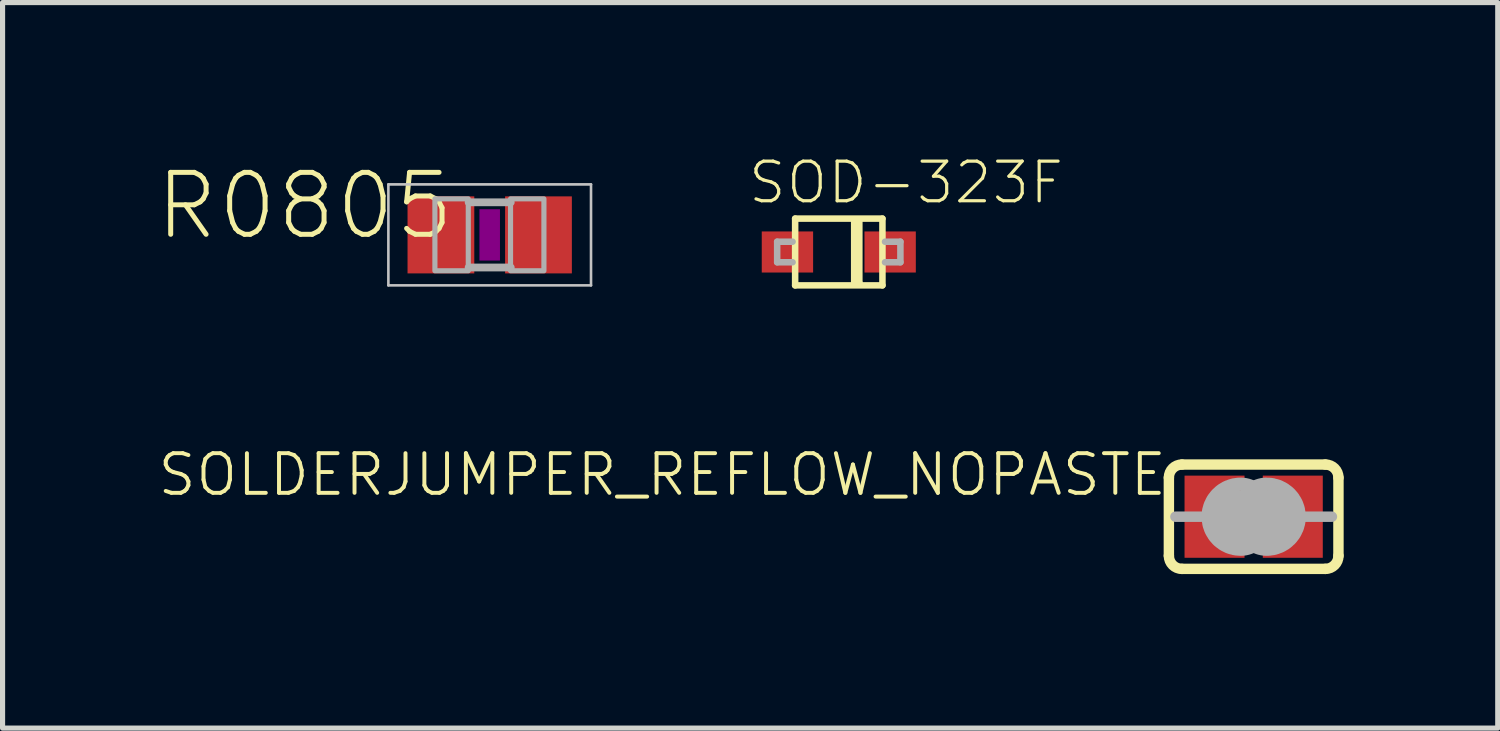
<source format=kicad_pcb>
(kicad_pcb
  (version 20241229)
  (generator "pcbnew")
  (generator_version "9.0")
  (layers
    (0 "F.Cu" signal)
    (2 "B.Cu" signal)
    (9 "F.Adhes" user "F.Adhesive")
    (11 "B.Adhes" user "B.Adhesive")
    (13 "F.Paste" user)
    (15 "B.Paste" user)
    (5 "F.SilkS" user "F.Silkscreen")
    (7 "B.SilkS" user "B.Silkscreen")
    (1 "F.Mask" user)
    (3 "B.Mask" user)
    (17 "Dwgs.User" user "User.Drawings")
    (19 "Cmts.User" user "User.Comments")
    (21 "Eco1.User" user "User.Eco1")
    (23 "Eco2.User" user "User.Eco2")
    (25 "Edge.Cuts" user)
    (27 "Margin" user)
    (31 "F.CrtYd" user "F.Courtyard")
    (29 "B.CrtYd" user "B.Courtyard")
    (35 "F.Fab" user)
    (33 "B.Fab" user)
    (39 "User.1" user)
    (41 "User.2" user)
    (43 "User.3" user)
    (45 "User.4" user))
  (footprint "SOD-323F"
    (layer "F.Cu")
    (at 13.284 1.857)
    (property "Reference" "SOD-323F" (at -1.8 -0.9 180) (layer "F.SilkS") (effects (font (size 0.772 0.772) (thickness 0.062)) (justify left bottom)))
    (attr through_hole)
    (fp_line (start -0.85 -0.65) (end 0.85 -0.65) (stroke (width 0.127) (type solid)) (layer "F.SilkS"))
    (fp_line (start -0.85 0.65) (end -0.85 -0.65) (stroke (width 0.127) (type solid)) (layer "F.SilkS"))
    (fp_line (start 0.3 0.6) (end 0.3 -0.6) (stroke (width 0.127) (type solid)) (layer "F.SilkS"))
    (fp_line (start 0.4 -0.6) (end 0.4 0.6) (stroke (width 0.127) (type solid)) (layer "F.SilkS"))
    (fp_line (start 0.4 0.6) (end 0.3 0.6) (stroke (width 0.127) (type solid)) (layer "F.SilkS"))
    (fp_line (start 0.85 -0.65) (end 0.85 0.65) (stroke (width 0.127) (type solid)) (layer "F.SilkS"))
    (fp_line (start 0.85 0.65) (end -0.85 0.65) (stroke (width 0.127) (type solid)) (layer "F.SilkS"))
    (fp_line (start -1.2 -0.2) (end -1.2 0.2) (stroke (width 0.127) (type solid)) (layer "F.Fab"))
    (fp_line (start -1.2 0.2) (end -0.9 0.2) (stroke (width 0.127) (type solid)) (layer "F.Fab"))
    (fp_line (start -0.9 -0.2) (end -1.2 -0.2) (stroke (width 0.127) (type solid)) (layer "F.Fab"))
    (fp_line (start 0.9 -0.2) (end 1.2 -0.2) (stroke (width 0.127) (type solid)) (layer "F.Fab"))
    (fp_line (start 1.2 -0.2) (end 1.2 0.2) (stroke (width 0.127) (type solid)) (layer "F.Fab"))
    (fp_line (start 1.2 0.2) (end 0.9 0.2) (stroke (width 0.127) (type solid)) (layer "F.Fab"))
    (pad "A" smd rect (at -1 0) (size 1 0.8) (layers "F.Cu" "F.Mask" "F.Paste"))
    (pad "C" smd rect (at 1 0) (size 1 0.8) (layers "F.Cu" "F.Mask" "F.Paste")))
  (footprint "R0805"
    (layer "F.Cu")
    (at 6.486 1.524)
    (property "Reference" "R0805" (at -0.635 -1.27 0) (layer "F.SilkS") (effects (font (size 1.206 1.206) (thickness 0.097)) (justify right top)))
    (attr through_hole)
    (fp_poly (pts (xy -0.2 0.5) (xy 0.2 0.5) (xy 0.2 -0.5) (xy -0.2 -0.5)) (stroke (width 0) (type solid)) (fill yes) (layer "F.Adhes"))
    (fp_line (start -1.973 -0.983) (end 1.973 -0.983) (stroke (width 0.051) (type solid)) (layer "Dwgs.User"))
    (fp_line (start -1.973 0.983) (end -1.973 -0.983) (stroke (width 0.051) (type solid)) (layer "Dwgs.User"))
    (fp_line (start 1.973 -0.983) (end 1.973 0.983) (stroke (width 0.051) (type solid)) (layer "Dwgs.User"))
    (fp_line (start 1.973 0.983) (end -1.973 0.983) (stroke (width 0.051) (type solid)) (layer "Dwgs.User"))
    (fp_line (start -0.41 -0.635) (end 0.41 -0.635) (stroke (width 0.152) (type solid)) (layer "F.Fab"))
    (fp_line (start -0.41 0.635) (end 0.41 0.635) (stroke (width 0.152) (type solid)) (layer "F.Fab"))
    (fp_poly (pts (xy -1.067 0.699) (xy -0.417 0.699) (xy -0.417 -0.702) (xy -1.067 -0.702)) (stroke (width 0.1) (type solid)) (fill no) (layer "F.Fab"))
    (fp_poly (pts (xy 0.406 0.699) (xy 1.056 0.699) (xy 1.056 -0.702) (xy 0.406 -0.702)) (stroke (width 0.1) (type solid)) (fill no) (layer "F.Fab"))
    (pad "1" smd rect (at -0.95 0) (size 1.3 1.5) (layers "F.Cu" "F.Mask" "F.Paste"))
    (pad "2" smd rect (at 0.95 0) (size 1.3 1.5) (layers "F.Cu" "F.Mask" "F.Paste")))
  (footprint "SOLDERJUMPER_REFLOW_NOPASTE"
    (layer "F.Cu")
    (at 21.363 7.012)
    (property "Reference" "SOLDERJUMPER_REFLOW_NOPASTE" (at -1.651 -1.27 0) (layer "F.SilkS") (effects (font (size 0.772 0.772) (thickness 0.077)) (justify right top)))
    (attr through_hole)
    (fp_poly (pts (xy -0.076 0.914) (xy 0.076 0.914) (xy 0.076 -0.914) (xy -0.076 -0.914)) (stroke (width 0) (type solid)) (fill yes) (layer "F.Mask"))
    (fp_line (start -1.651 0.762) (end -1.651 -0.762) (stroke (width 0.203) (type solid)) (layer "F.SilkS"))
    (fp_line (start -1.397 -1.016) (end 1.397 -1.016) (stroke (width 0.203) (type solid)) (layer "F.SilkS"))
    (fp_line (start 1.397 1.016) (end -1.397 1.016) (stroke (width 0.203) (type solid)) (layer "F.SilkS"))
    (fp_line (start 1.651 0.762) (end 1.651 -0.762) (stroke (width 0.203) (type solid)) (layer "F.SilkS"))
    (fp_arc (start -1.651 -0.762) (mid -1.576605 -0.941605) (end -1.397 -1.016) (stroke (width 0.2032) (type solid)) (layer "F.SilkS"))
    (fp_arc (start -1.397 1.016) (mid -1.576605 0.941605) (end -1.651 0.762) (stroke (width 0.2032) (type solid)) (layer "F.SilkS"))
    (fp_arc (start 1.397 -1.016) (mid 1.576605 -0.941605) (end 1.651 -0.762) (stroke (width 0.2032) (type solid)) (layer "F.SilkS"))
    (fp_arc (start 1.651 0.762) (mid 1.576605 0.941605) (end 1.397 1.016) (stroke (width 0.2032) (type solid)) (layer "F.SilkS"))
    (fp_line (start -1.016 0) (end -1.524 0) (stroke (width 0.203) (type solid)) (layer "F.Fab"))
    (fp_line (start 1.016 0) (end 1.524 0) (stroke (width 0.203) (type solid)) (layer "F.Fab"))
    (fp_arc (start -0.254 0.127) (mid -0.381 0) (end -0.254 -0.127) (stroke (width 1.27) (type solid)) (layer "F.Fab"))
    (fp_arc (start 0.254 -0.127) (mid 0.381 0) (end 0.254 0.127) (stroke (width 1.27) (type solid)) (layer "F.Fab"))
    (pad "1" smd rect (at -0.762 0) (size 1.168 1.6) (layers "F.Cu" "F.Mask"))
    (pad "2" smd rect (at 0.762 0) (size 1.168 1.6) (layers "F.Cu" "F.Mask")))
  (gr_rect
    (start -3 -3)
    (end 26.116 11.129)
    (stroke (width 0.1) (type default))
    (fill no)
    (layer "Edge.Cuts")))
</source>
